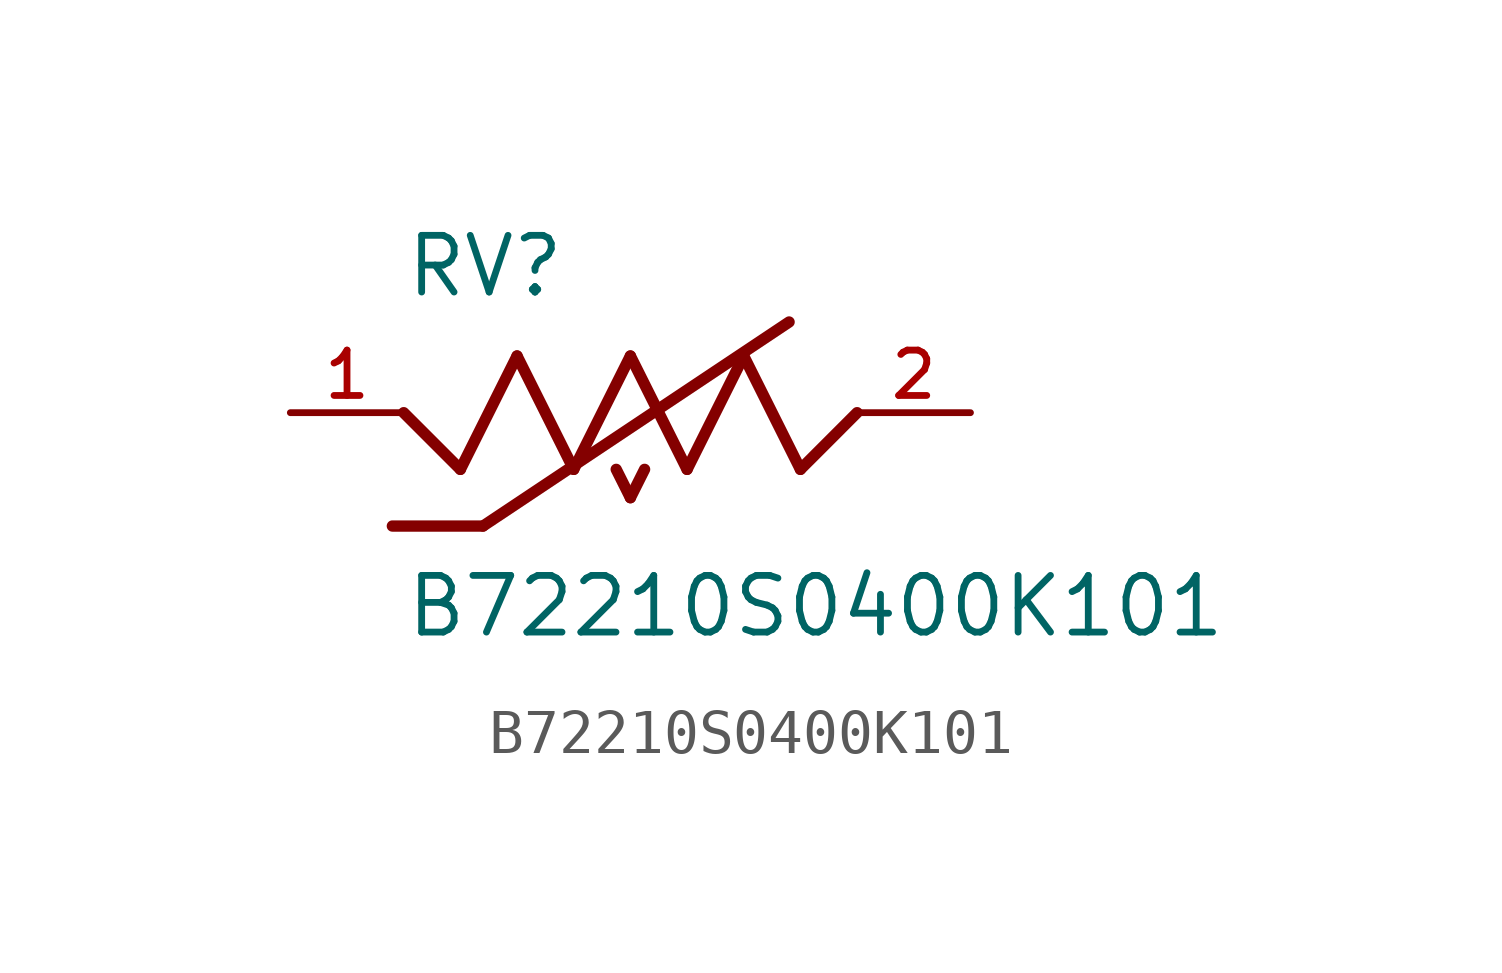
<source format=kicad_sym>
(kicad_symbol_lib
  (version 20211014)
  (generator kicad_symbol_editor)
  (symbol "B72210S0400K101"
    (pin_names
      (offset 1.016))
    (property "Reference" "RV"
      (at -5.08 2.54 0)
      (effects (font (size 1.27 1.27)) (justify bottom left)))
    (property "Value" "B72210S0400K101"
      (at -5.08 -5.08 0)
      (effects (font (size 1.27 1.27)) (justify bottom left)))
    (symbol "B72210S0400K101_0_0"
      (polyline (pts (xy -1.27 -1.27) (xy 0.0 1.27)) (stroke (width 0.254)))
      (polyline (pts (xy 0.0 1.27) (xy 1.27 -1.27)) (stroke (width 0.254)))
      (polyline (pts (xy 1.27 -1.27) (xy 2.54 1.27)) (stroke (width 0.254)))
      (polyline (pts (xy 2.54 1.27) (xy 3.81 -1.27)) (stroke (width 0.254)))
      (polyline (pts (xy 3.81 -1.27) (xy 5.08 0.0)) (stroke (width 0.254)))
      (polyline (pts (xy -1.27 -1.27) (xy -2.54 1.27)) (stroke (width 0.254)))
      (polyline (pts (xy -2.54 1.27) (xy -3.81 -1.27)) (stroke (width 0.254)))
      (polyline (pts (xy -3.81 -1.27) (xy -5.08 0.0)) (stroke (width 0.254)))
      (polyline (pts (xy -3.302 -2.54) (xy 3.556 2.032)) (stroke (width 0.254)))
      (polyline (pts (xy -3.302 -2.54) (xy -5.334 -2.54)) (stroke (width 0.254)))
      (polyline (pts (xy -0.318 -1.27) (xy 0.0 -1.905)) (stroke (width 0.254)))
      (polyline (pts (xy 0.0 -1.905) (xy 0.318 -1.27)) (stroke (width 0.254)))
      (pin passive line (at -7.62 0.0 0) (length 2.54) (name "~" (effects (font (size 1.016 1.016)))) (number "1" (effects (font (size 1.016 1.016)))))
      (pin passive line (at 7.62 0.0 180.0) (length 2.54) (name "~" (effects (font (size 1.016 1.016)))) (number "2" (effects (font (size 1.016 1.016))))))))
</source>
